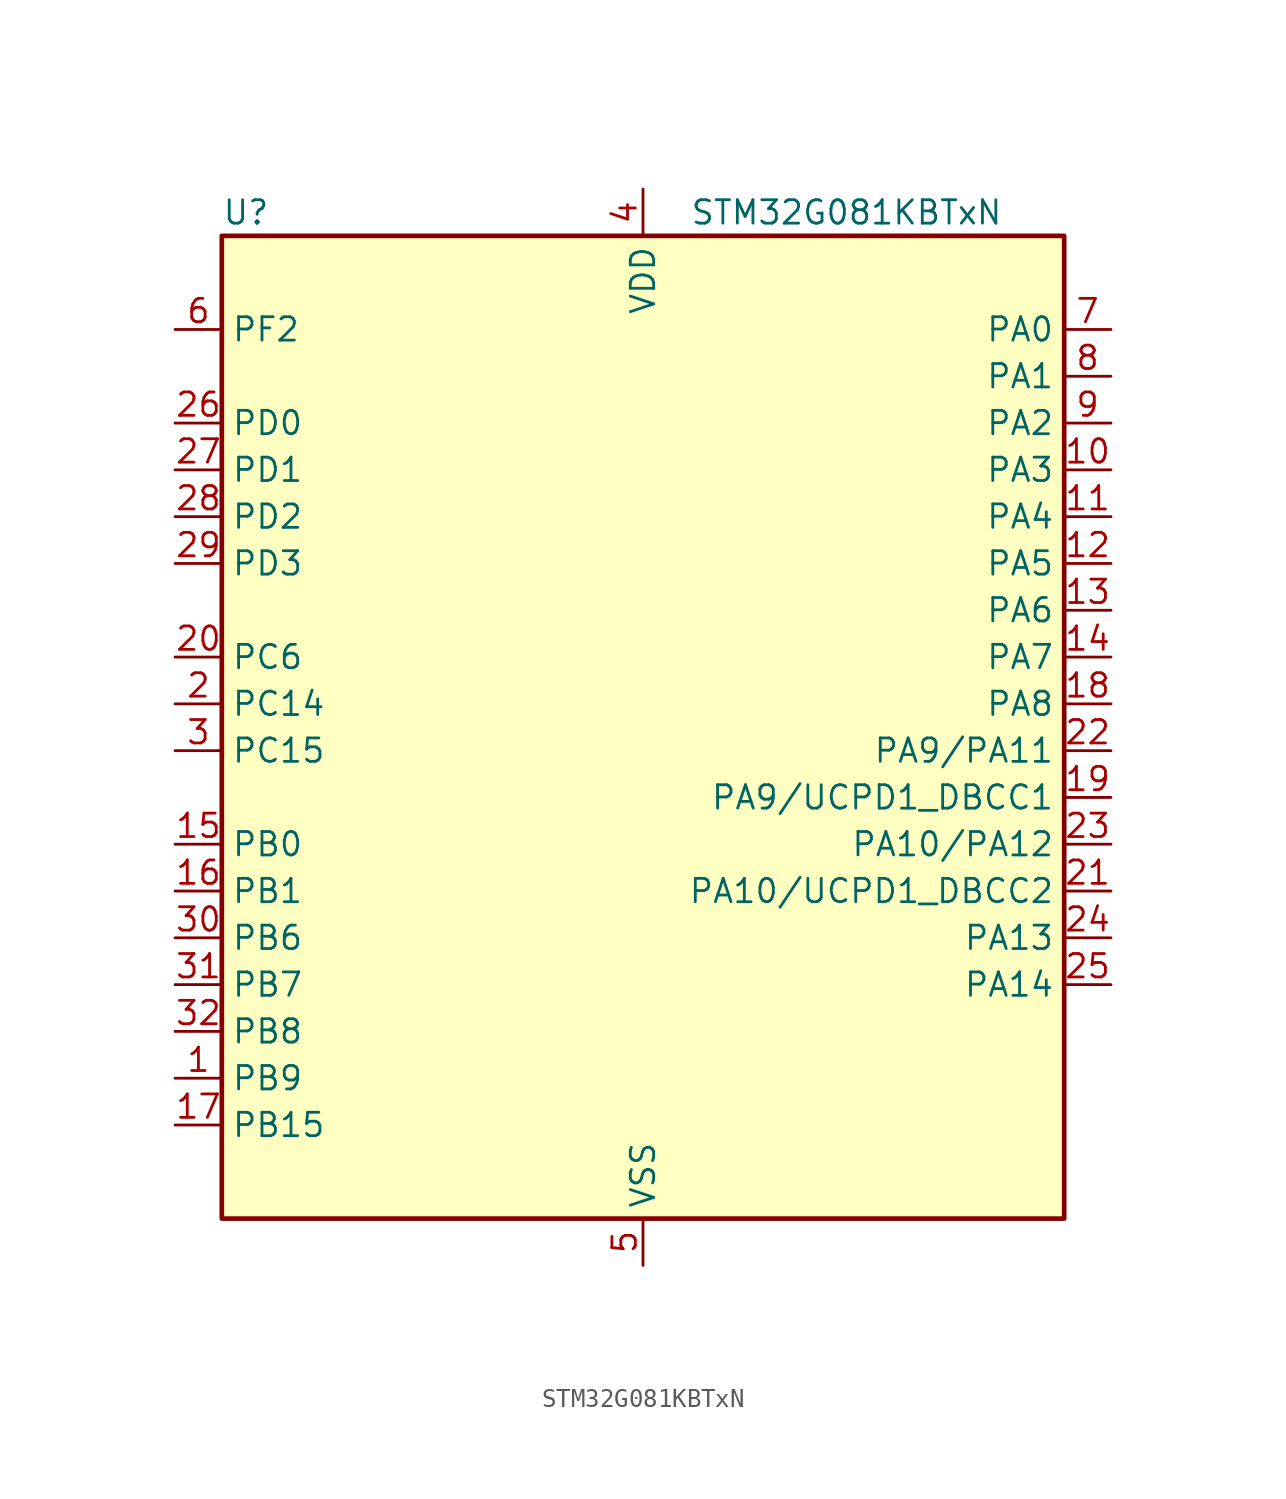
<source format=kicad_sym>
(kicad_symbol_lib
  (version 20241209)
  (generator "kicad_symbol_editor")
  (generator_version "9.0")
  (symbol "STM32G081KBTxN"
    (property "Reference" "U"
      (at -22.86 29.21 0)
      (effects (font (size 1.27 1.27)) (justify left)))
    (property "Value" "STM32G081KBTxN"
      (at 2.54 29.21 0)
      (effects (font (size 1.27 1.27)) (justify left)))
    (symbol "STM32G081KBTxN_0_1"
      (rectangle (start -22.86 -25.4) (end 22.86 27.94) (stroke (width 0.254) (type default)) (fill (type background))))
    (symbol "STM32G081KBTxN_1_1"
      (pin bidirectional line (at -25.4 22.86 0) (length 2.54) (name "PF2" (effects (font (size 1.27 1.27)))) (number "6" (effects (font (size 1.27 1.27)))) (alternate "RCC_MCO" bidirectional line))
      (pin bidirectional line (at -25.4 17.78 0) (length 2.54) (name "PD0" (effects (font (size 1.27 1.27)))) (number "26" (effects (font (size 1.27 1.27)))) (alternate "SPI2_NSS" bidirectional line) (alternate "TIM16_CH1" bidirectional line) (alternate "UCPD2_CC1" bidirectional line))
      (pin bidirectional line (at -25.4 15.24 0) (length 2.54) (name "PD1" (effects (font (size 1.27 1.27)))) (number "27" (effects (font (size 1.27 1.27)))) (alternate "SPI2_SCK" bidirectional line) (alternate "TIM17_CH1" bidirectional line) (alternate "UCPD2_DBCC1" bidirectional line))
      (pin bidirectional line (at -25.4 12.7 0) (length 2.54) (name "PD2" (effects (font (size 1.27 1.27)))) (number "28" (effects (font (size 1.27 1.27)))) (alternate "TIM1_CH1N" bidirectional line) (alternate "TIM3_ETR" bidirectional line) (alternate "UCPD2_CC2" bidirectional line) (alternate "USART3_CK" bidirectional line) (alternate "USART3_DE" bidirectional line) (alternate "USART3_RTS" bidirectional line))
      (pin bidirectional line (at -25.4 10.16 0) (length 2.54) (name "PD3" (effects (font (size 1.27 1.27)))) (number "29" (effects (font (size 1.27 1.27)))) (alternate "SPI2_MISO" bidirectional line) (alternate "TIM1_CH2N" bidirectional line) (alternate "UCPD2_DBCC2" bidirectional line) (alternate "USART2_CTS" bidirectional line) (alternate "USART2_NSS" bidirectional line))
      (pin bidirectional line (at -25.4 5.08 0) (length 2.54) (name "PC6" (effects (font (size 1.27 1.27)))) (number "20" (effects (font (size 1.27 1.27)))) (alternate "TIM2_CH3" bidirectional line) (alternate "TIM3_CH1" bidirectional line) (alternate "UCPD1_FRSTX1" bidirectional line) (alternate "UCPD1_FRSTX2" bidirectional line))
      (pin bidirectional line (at -25.4 2.54 0) (length 2.54) (name "PC14" (effects (font (size 1.27 1.27)))) (number "2" (effects (font (size 1.27 1.27)))) (alternate "RCC_OSC32_IN" bidirectional line) (alternate "RCC_OSC_IN" bidirectional line) (alternate "TIM1_BK2" bidirectional line))
      (pin bidirectional line (at -25.4 0 0) (length 2.54) (name "PC15" (effects (font (size 1.27 1.27)))) (number "3" (effects (font (size 1.27 1.27)))) (alternate "RCC_OSC32_EN" bidirectional line) (alternate "RCC_OSC32_OUT" bidirectional line) (alternate "RCC_OSC_EN" bidirectional line) (alternate "TIM15_BK" bidirectional line))
      (pin bidirectional line (at -25.4 -5.08 0) (length 2.54) (name "PB0" (effects (font (size 1.27 1.27)))) (number "15" (effects (font (size 1.27 1.27)))) (alternate "ADC1_IN8" bidirectional line) (alternate "COMP1_OUT" bidirectional line) (alternate "I2S1_WS" bidirectional line) (alternate "LPTIM1_OUT" bidirectional line) (alternate "SPI1_NSS" bidirectional line) (alternate "TIM1_CH2N" bidirectional line) (alternate "TIM3_CH3" bidirectional line) (alternate "UCPD1_FRSTX1" bidirectional line) (alternate "UCPD1_FRSTX2" bidirectional line) (alternate "USART3_RX" bidirectional line))
      (pin bidirectional line (at -25.4 -7.62 0) (length 2.54) (name "PB1" (effects (font (size 1.27 1.27)))) (number "16" (effects (font (size 1.27 1.27)))) (alternate "ADC1_IN9" bidirectional line) (alternate "COMP1_INM" bidirectional line) (alternate "LPTIM2_IN1" bidirectional line) (alternate "LPUART1_DE" bidirectional line) (alternate "LPUART1_RTS" bidirectional line) (alternate "TIM14_CH1" bidirectional line) (alternate "TIM1_CH3N" bidirectional line) (alternate "TIM3_CH4" bidirectional line) (alternate "USART3_CK" bidirectional line) (alternate "USART3_DE" bidirectional line) (alternate "USART3_RTS" bidirectional line))
      (pin bidirectional line (at -25.4 -10.16 0) (length 2.54) (name "PB6" (effects (font (size 1.27 1.27)))) (number "30" (effects (font (size 1.27 1.27)))) (alternate "COMP2_INP" bidirectional line) (alternate "I2C1_SCL" bidirectional line) (alternate "LPTIM1_ETR" bidirectional line) (alternate "SPI2_MISO" bidirectional line) (alternate "TIM16_CH1N" bidirectional line) (alternate "TIM1_CH3" bidirectional line) (alternate "USART1_TX" bidirectional line))
      (pin bidirectional line (at -25.4 -12.7 0) (length 2.54) (name "PB7" (effects (font (size 1.27 1.27)))) (number "31" (effects (font (size 1.27 1.27)))) (alternate "COMP2_INM" bidirectional line) (alternate "I2C1_SDA" bidirectional line) (alternate "LPTIM1_IN2" bidirectional line) (alternate "SPI2_MOSI" bidirectional line) (alternate "SYS_PVD_IN" bidirectional line) (alternate "TIM17_CH1N" bidirectional line) (alternate "USART1_RX" bidirectional line) (alternate "USART4_CTS" bidirectional line) (alternate "USART4_NSS" bidirectional line))
      (pin bidirectional line (at -25.4 -15.24 0) (length 2.54) (name "PB8" (effects (font (size 1.27 1.27)))) (number "32" (effects (font (size 1.27 1.27)))) (alternate "CEC" bidirectional line) (alternate "I2C1_SCL" bidirectional line) (alternate "SPI2_SCK" bidirectional line) (alternate "TIM15_BK" bidirectional line) (alternate "TIM16_CH1" bidirectional line) (alternate "USART3_TX" bidirectional line))
      (pin bidirectional line (at -25.4 -17.78 0) (length 2.54) (name "PB9" (effects (font (size 1.27 1.27)))) (number "1" (effects (font (size 1.27 1.27)))) (alternate "DAC1_EXTI9" bidirectional line) (alternate "I2C1_SDA" bidirectional line) (alternate "IR_OUT" bidirectional line) (alternate "SPI2_NSS" bidirectional line) (alternate "TIM17_CH1" bidirectional line) (alternate "UCPD2_FRSTX1" bidirectional line) (alternate "UCPD2_FRSTX2" bidirectional line) (alternate "USART3_RX" bidirectional line))
      (pin bidirectional line (at -25.4 -20.32 0) (length 2.54) (name "PB15" (effects (font (size 1.27 1.27)))) (number "17" (effects (font (size 1.27 1.27)))) (alternate "RTC_REFIN" bidirectional line) (alternate "SPI2_MOSI" bidirectional line) (alternate "TIM15_CH1N" bidirectional line) (alternate "TIM15_CH2" bidirectional line) (alternate "TIM1_CH3N" bidirectional line) (alternate "UCPD1_CC2" bidirectional line))
      (pin power_in line (at 0 30.48 270) (length 2.54) (name "VDD" (effects (font (size 1.27 1.27)))) (number "4" (effects (font (size 1.27 1.27)))))
      (pin power_in line (at 0 -27.94 90) (length 2.54) (name "VSS" (effects (font (size 1.27 1.27)))) (number "5" (effects (font (size 1.27 1.27)))))
      (pin bidirectional line (at 25.4 22.86 180) (length 2.54) (name "PA0" (effects (font (size 1.27 1.27)))) (number "7" (effects (font (size 1.27 1.27)))) (alternate "ADC1_IN0" bidirectional line) (alternate "COMP1_INM" bidirectional line) (alternate "COMP1_OUT" bidirectional line) (alternate "LPTIM1_OUT" bidirectional line) (alternate "RTC_TAMP_IN2" bidirectional line) (alternate "SPI2_SCK" bidirectional line) (alternate "SYS_WKUP1" bidirectional line) (alternate "TIM2_CH1" bidirectional line) (alternate "TIM2_ETR" bidirectional line) (alternate "UCPD2_FRSTX1" bidirectional line) (alternate "UCPD2_FRSTX2" bidirectional line) (alternate "USART2_CTS" bidirectional line) (alternate "USART2_NSS" bidirectional line) (alternate "USART4_TX" bidirectional line))
      (pin bidirectional line (at 25.4 20.32 180) (length 2.54) (name "PA1" (effects (font (size 1.27 1.27)))) (number "8" (effects (font (size 1.27 1.27)))) (alternate "ADC1_IN1" bidirectional line) (alternate "COMP1_INP" bidirectional line) (alternate "I2C1_SMBA" bidirectional line) (alternate "I2S1_CK" bidirectional line) (alternate "SPI1_SCK" bidirectional line) (alternate "TIM15_CH1N" bidirectional line) (alternate "TIM2_CH2" bidirectional line) (alternate "USART2_CK" bidirectional line) (alternate "USART2_DE" bidirectional line) (alternate "USART2_RTS" bidirectional line) (alternate "USART4_RX" bidirectional line))
      (pin bidirectional line (at 25.4 17.78 180) (length 2.54) (name "PA2" (effects (font (size 1.27 1.27)))) (number "9" (effects (font (size 1.27 1.27)))) (alternate "ADC1_IN2" bidirectional line) (alternate "COMP2_INM" bidirectional line) (alternate "COMP2_OUT" bidirectional line) (alternate "I2S1_SD" bidirectional line) (alternate "LPUART1_TX" bidirectional line) (alternate "RCC_LSCO" bidirectional line) (alternate "SPI1_MOSI" bidirectional line) (alternate "SYS_WKUP4" bidirectional line) (alternate "TIM15_CH1" bidirectional line) (alternate "TIM2_CH3" bidirectional line) (alternate "UCPD1_FRSTX1" bidirectional line) (alternate "UCPD1_FRSTX2" bidirectional line) (alternate "USART2_TX" bidirectional line))
      (pin bidirectional line (at 25.4 15.24 180) (length 2.54) (name "PA3" (effects (font (size 1.27 1.27)))) (number "10" (effects (font (size 1.27 1.27)))) (alternate "ADC1_IN3" bidirectional line) (alternate "COMP2_INP" bidirectional line) (alternate "LPUART1_RX" bidirectional line) (alternate "SPI2_MISO" bidirectional line) (alternate "TIM15_CH2" bidirectional line) (alternate "TIM2_CH4" bidirectional line) (alternate "UCPD2_FRSTX1" bidirectional line) (alternate "UCPD2_FRSTX2" bidirectional line) (alternate "USART2_RX" bidirectional line))
      (pin bidirectional line (at 25.4 12.7 180) (length 2.54) (name "PA4" (effects (font (size 1.27 1.27)))) (number "11" (effects (font (size 1.27 1.27)))) (alternate "ADC1_IN4" bidirectional line) (alternate "DAC1_OUT1" bidirectional line) (alternate "I2S1_WS" bidirectional line) (alternate "LPTIM2_OUT" bidirectional line) (alternate "RTC_OUT_ALARM" bidirectional line) (alternate "RTC_OUT_CALIB" bidirectional line) (alternate "RTC_TAMP_IN1" bidirectional line) (alternate "RTC_TS" bidirectional line) (alternate "SPI1_NSS" bidirectional line) (alternate "SPI2_MOSI" bidirectional line) (alternate "SYS_WKUP2" bidirectional line) (alternate "TIM14_CH1" bidirectional line) (alternate "UCPD2_FRSTX1" bidirectional line) (alternate "UCPD2_FRSTX2" bidirectional line))
      (pin bidirectional line (at 25.4 10.16 180) (length 2.54) (name "PA5" (effects (font (size 1.27 1.27)))) (number "12" (effects (font (size 1.27 1.27)))) (alternate "ADC1_IN5" bidirectional line) (alternate "CEC" bidirectional line) (alternate "DAC1_OUT2" bidirectional line) (alternate "I2S1_CK" bidirectional line) (alternate "LPTIM2_ETR" bidirectional line) (alternate "SPI1_SCK" bidirectional line) (alternate "TIM2_CH1" bidirectional line) (alternate "TIM2_ETR" bidirectional line) (alternate "UCPD1_FRSTX1" bidirectional line) (alternate "UCPD1_FRSTX2" bidirectional line) (alternate "USART3_TX" bidirectional line))
      (pin bidirectional line (at 25.4 7.62 180) (length 2.54) (name "PA6" (effects (font (size 1.27 1.27)))) (number "13" (effects (font (size 1.27 1.27)))) (alternate "ADC1_IN6" bidirectional line) (alternate "COMP1_OUT" bidirectional line) (alternate "I2S1_MCK" bidirectional line) (alternate "LPUART1_CTS" bidirectional line) (alternate "SPI1_MISO" bidirectional line) (alternate "TIM16_CH1" bidirectional line) (alternate "TIM1_BK" bidirectional line) (alternate "TIM3_CH1" bidirectional line) (alternate "USART3_CTS" bidirectional line) (alternate "USART3_NSS" bidirectional line))
      (pin bidirectional line (at 25.4 5.08 180) (length 2.54) (name "PA7" (effects (font (size 1.27 1.27)))) (number "14" (effects (font (size 1.27 1.27)))) (alternate "ADC1_IN7" bidirectional line) (alternate "COMP2_OUT" bidirectional line) (alternate "I2S1_SD" bidirectional line) (alternate "SPI1_MOSI" bidirectional line) (alternate "TIM14_CH1" bidirectional line) (alternate "TIM17_CH1" bidirectional line) (alternate "TIM1_CH1N" bidirectional line) (alternate "TIM3_CH2" bidirectional line) (alternate "UCPD1_FRSTX1" bidirectional line) (alternate "UCPD1_FRSTX2" bidirectional line))
      (pin bidirectional line (at 25.4 2.54 180) (length 2.54) (name "PA8" (effects (font (size 1.27 1.27)))) (number "18" (effects (font (size 1.27 1.27)))) (alternate "LPTIM2_OUT" bidirectional line) (alternate "RCC_MCO" bidirectional line) (alternate "SPI2_NSS" bidirectional line) (alternate "TIM1_CH1" bidirectional line) (alternate "UCPD1_CC1" bidirectional line))
      (pin bidirectional line (at 25.4 0 180) (length 2.54) (name "PA9/PA11" (effects (font (size 1.27 1.27)))) (number "22" (effects (font (size 1.27 1.27)))) (alternate "ADC1_EXTI11 (PA11)" bidirectional line) (alternate "COMP1_OUT (PA11)" bidirectional line) (alternate "DAC1_EXTI9 (PA9)" bidirectional line) (alternate "I2C1_SCL (PA9)" bidirectional line) (alternate "I2C2_SCL (PA11)" bidirectional line) (alternate "I2S1_MCK (PA11)" bidirectional line) (alternate "PA11" bidirectional line) (alternate "PA9" bidirectional line) (alternate "RCC_MCO (PA9)" bidirectional line) (alternate "SPI1_MISO (PA11)" bidirectional line) (alternate "SPI2_MISO (PA9)" bidirectional line) (alternate "TIM15_BK (PA9)" bidirectional line) (alternate "TIM1_BK2 (PA11)" bidirectional line) (alternate "TIM1_CH2 (PA9)" bidirectional line) (alternate "TIM1_CH4 (PA11)" bidirectional line) (alternate "USART1_CTS (PA11)" bidirectional line) (alternate "USART1_NSS (PA11)" bidirectional line) (alternate "USART1_TX (PA9)" bidirectional line))
      (pin bidirectional line (at 25.4 -2.54 180) (length 2.54) (name "PA9/UCPD1_DBCC1" (effects (font (size 1.27 1.27)))) (number "19" (effects (font (size 1.27 1.27)))) (alternate "DAC1_EXTI9 (PA9)" bidirectional line) (alternate "I2C1_SCL (PA9)" bidirectional line) (alternate "PA9" bidirectional line) (alternate "RCC_MCO (PA9)" bidirectional line) (alternate "SPI2_MISO (PA9)" bidirectional line) (alternate "TIM15_BK (PA9)" bidirectional line) (alternate "TIM1_CH2 (PA9)" bidirectional line) (alternate "UCPD1_DBCC1" bidirectional line) (alternate "UCPD1_DBCC1 (PA9)" bidirectional line) (alternate "UCPD1_DBCC1 (UCPD1_DBCC1)" bidirectional line) (alternate "USART1_TX (PA9)" bidirectional line))
      (pin bidirectional line (at 25.4 -5.08 180) (length 2.54) (name "PA10/PA12" (effects (font (size 1.27 1.27)))) (number "23" (effects (font (size 1.27 1.27)))) (alternate "COMP2_OUT (PA12)" bidirectional line) (alternate "I2C1_SDA (PA10)" bidirectional line) (alternate "I2C2_SDA (PA12)" bidirectional line) (alternate "I2S1_SD (PA12)" bidirectional line) (alternate "I2S_CKIN (PA12)" bidirectional line) (alternate "PA10" bidirectional line) (alternate "PA12" bidirectional line) (alternate "SPI1_MOSI (PA12)" bidirectional line) (alternate "SPI2_MOSI (PA10)" bidirectional line) (alternate "TIM17_BK (PA10)" bidirectional line) (alternate "TIM1_CH3 (PA10)" bidirectional line) (alternate "TIM1_ETR (PA12)" bidirectional line) (alternate "USART1_CK (PA12)" bidirectional line) (alternate "USART1_DE (PA12)" bidirectional line) (alternate "USART1_RTS (PA12)" bidirectional line) (alternate "USART1_RX (PA10)" bidirectional line))
      (pin bidirectional line (at 25.4 -7.62 180) (length 2.54) (name "PA10/UCPD1_DBCC2" (effects (font (size 1.27 1.27)))) (number "21" (effects (font (size 1.27 1.27)))) (alternate "I2C1_SDA (PA10)" bidirectional line) (alternate "PA10" bidirectional line) (alternate "SPI2_MOSI (PA10)" bidirectional line) (alternate "TIM17_BK (PA10)" bidirectional line) (alternate "TIM1_CH3 (PA10)" bidirectional line) (alternate "UCPD1_DBCC2" bidirectional line) (alternate "UCPD1_DBCC2 (PA10)" bidirectional line) (alternate "UCPD1_DBCC2 (UCPD1_DBCC2)" bidirectional line) (alternate "USART1_RX (PA10)" bidirectional line))
      (pin bidirectional line (at 25.4 -10.16 180) (length 2.54) (name "PA13" (effects (font (size 1.27 1.27)))) (number "24" (effects (font (size 1.27 1.27)))) (alternate "IR_OUT" bidirectional line) (alternate "SYS_SWDIO" bidirectional line))
      (pin bidirectional line (at 25.4 -12.7 180) (length 2.54) (name "PA14" (effects (font (size 1.27 1.27)))) (number "25" (effects (font (size 1.27 1.27)))) (alternate "SYS_SWCLK" bidirectional line) (alternate "USART2_TX" bidirectional line)))))
</source>
